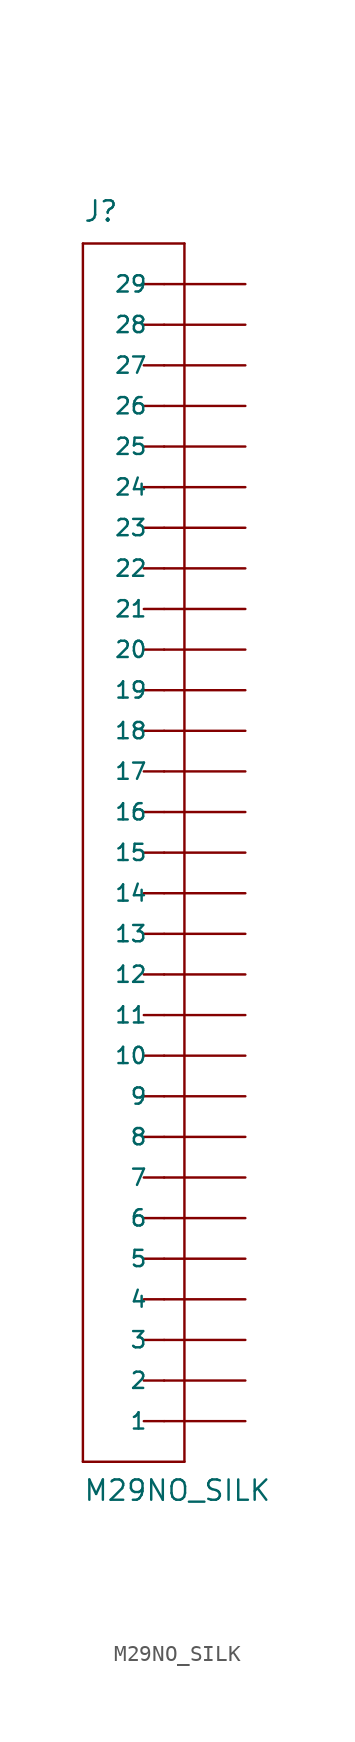
<source format=kicad_sym>
(kicad_symbol_lib
  (version 20211014)
  (generator kicad_symbol_editor)
  (symbol "M29NO_SILK"
    (pin_numbers hide)
    (pin_names
      (offset 1.016))
    (property "Reference" "J"
      (at -2.54 39.37 0)
      (effects (font (size 1.27 1.27)) (justify left bottom)))
    (property "Value" "M29NO_SILK"
      (at -2.54 -40.64 0)
      (effects (font (size 1.27 1.27)) (justify left bottom)))
    (property "Datasheet" ""
      (at 0 0 0)
      (effects (font (size 1.524 1.524))))
    (property "ki_locked" ""
      (at 0 0 0)
      (effects (font (size 1.27 1.27))))
    (symbol "M29NO_SILK_1_0"
      (polyline (pts (xy -2.54 38.1) (xy -2.54 -38.1)) (stroke (width 0) (type default) (color 0 0 0 0)) (fill (type none)))
      (polyline (pts (xy -2.54 38.1) (xy 3.81 38.1)) (stroke (width 0) (type default) (color 0 0 0 0)) (fill (type none)))
      (polyline (pts (xy 1.27 -35.56) (xy 2.54 -35.56)) (stroke (width 0) (type default) (color 0 0 0 0)) (fill (type none)))
      (polyline (pts (xy 1.27 -33.02) (xy 2.54 -33.02)) (stroke (width 0) (type default) (color 0 0 0 0)) (fill (type none)))
      (polyline (pts (xy 1.27 -30.48) (xy 2.54 -30.48)) (stroke (width 0) (type default) (color 0 0 0 0)) (fill (type none)))
      (polyline (pts (xy 1.27 -27.94) (xy 2.54 -27.94)) (stroke (width 0) (type default) (color 0 0 0 0)) (fill (type none)))
      (polyline (pts (xy 1.27 -25.4) (xy 2.54 -25.4)) (stroke (width 0) (type default) (color 0 0 0 0)) (fill (type none)))
      (polyline (pts (xy 1.27 -22.86) (xy 2.54 -22.86)) (stroke (width 0) (type default) (color 0 0 0 0)) (fill (type none)))
      (polyline (pts (xy 1.27 -20.32) (xy 2.54 -20.32)) (stroke (width 0) (type default) (color 0 0 0 0)) (fill (type none)))
      (polyline (pts (xy 1.27 -17.78) (xy 2.54 -17.78)) (stroke (width 0) (type default) (color 0 0 0 0)) (fill (type none)))
      (polyline (pts (xy 1.27 -15.24) (xy 2.54 -15.24)) (stroke (width 0) (type default) (color 0 0 0 0)) (fill (type none)))
      (polyline (pts (xy 1.27 -12.7) (xy 2.54 -12.7)) (stroke (width 0) (type default) (color 0 0 0 0)) (fill (type none)))
      (polyline (pts (xy 1.27 -10.16) (xy 2.54 -10.16)) (stroke (width 0) (type default) (color 0 0 0 0)) (fill (type none)))
      (polyline (pts (xy 1.27 -7.62) (xy 2.54 -7.62)) (stroke (width 0) (type default) (color 0 0 0 0)) (fill (type none)))
      (polyline (pts (xy 1.27 -5.08) (xy 2.54 -5.08)) (stroke (width 0) (type default) (color 0 0 0 0)) (fill (type none)))
      (polyline (pts (xy 1.27 -2.54) (xy 2.54 -2.54)) (stroke (width 0) (type default) (color 0 0 0 0)) (fill (type none)))
      (polyline (pts (xy 1.27 0) (xy 2.54 0)) (stroke (width 0) (type default) (color 0 0 0 0)) (fill (type none)))
      (polyline (pts (xy 1.27 2.54) (xy 2.54 2.54)) (stroke (width 0) (type default) (color 0 0 0 0)) (fill (type none)))
      (polyline (pts (xy 1.27 5.08) (xy 2.54 5.08)) (stroke (width 0) (type default) (color 0 0 0 0)) (fill (type none)))
      (polyline (pts (xy 1.27 7.62) (xy 2.54 7.62)) (stroke (width 0) (type default) (color 0 0 0 0)) (fill (type none)))
      (polyline (pts (xy 1.27 10.16) (xy 2.54 10.16)) (stroke (width 0) (type default) (color 0 0 0 0)) (fill (type none)))
      (polyline (pts (xy 1.27 12.7) (xy 2.54 12.7)) (stroke (width 0) (type default) (color 0 0 0 0)) (fill (type none)))
      (polyline (pts (xy 1.27 15.24) (xy 2.54 15.24)) (stroke (width 0) (type default) (color 0 0 0 0)) (fill (type none)))
      (polyline (pts (xy 1.27 17.78) (xy 2.54 17.78)) (stroke (width 0) (type default) (color 0 0 0 0)) (fill (type none)))
      (polyline (pts (xy 1.27 20.32) (xy 2.54 20.32)) (stroke (width 0) (type default) (color 0 0 0 0)) (fill (type none)))
      (polyline (pts (xy 1.27 22.86) (xy 2.54 22.86)) (stroke (width 0) (type default) (color 0 0 0 0)) (fill (type none)))
      (polyline (pts (xy 1.27 25.4) (xy 2.54 25.4)) (stroke (width 0) (type default) (color 0 0 0 0)) (fill (type none)))
      (polyline (pts (xy 1.27 27.94) (xy 2.54 27.94)) (stroke (width 0) (type default) (color 0 0 0 0)) (fill (type none)))
      (polyline (pts (xy 1.27 30.48) (xy 2.54 30.48)) (stroke (width 0) (type default) (color 0 0 0 0)) (fill (type none)))
      (polyline (pts (xy 1.27 33.02) (xy 2.54 33.02)) (stroke (width 0) (type default) (color 0 0 0 0)) (fill (type none)))
      (polyline (pts (xy 1.27 35.56) (xy 2.54 35.56)) (stroke (width 0) (type default) (color 0 0 0 0)) (fill (type none)))
      (polyline (pts (xy 3.81 -38.1) (xy -2.54 -38.1)) (stroke (width 0) (type default) (color 0 0 0 0)) (fill (type none)))
      (polyline (pts (xy 3.81 -38.1) (xy 3.81 38.1)) (stroke (width 0) (type default) (color 0 0 0 0)) (fill (type none))))
    (symbol "M29NO_SILK_1_1"
      (pin passive line (at 7.62 -35.56 180) (length 5.08) (name "1" (effects (font (size 1.016 1.016)))) (number "1" (effects (font (size 1.016 1.016)))))
      (pin passive line (at 7.62 -12.7 180) (length 5.08) (name "10" (effects (font (size 1.016 1.016)))) (number "10" (effects (font (size 1.016 1.016)))))
      (pin passive line (at 7.62 -10.16 180) (length 5.08) (name "11" (effects (font (size 1.016 1.016)))) (number "11" (effects (font (size 1.016 1.016)))))
      (pin passive line (at 7.62 -7.62 180) (length 5.08) (name "12" (effects (font (size 1.016 1.016)))) (number "12" (effects (font (size 1.016 1.016)))))
      (pin passive line (at 7.62 -5.08 180) (length 5.08) (name "13" (effects (font (size 1.016 1.016)))) (number "13" (effects (font (size 1.016 1.016)))))
      (pin passive line (at 7.62 -2.54 180) (length 5.08) (name "14" (effects (font (size 1.016 1.016)))) (number "14" (effects (font (size 1.016 1.016)))))
      (pin passive line (at 7.62 0 180) (length 5.08) (name "15" (effects (font (size 1.016 1.016)))) (number "15" (effects (font (size 1.016 1.016)))))
      (pin passive line (at 7.62 2.54 180) (length 5.08) (name "16" (effects (font (size 1.016 1.016)))) (number "16" (effects (font (size 1.016 1.016)))))
      (pin passive line (at 7.62 5.08 180) (length 5.08) (name "17" (effects (font (size 1.016 1.016)))) (number "17" (effects (font (size 1.016 1.016)))))
      (pin passive line (at 7.62 7.62 180) (length 5.08) (name "18" (effects (font (size 1.016 1.016)))) (number "18" (effects (font (size 1.016 1.016)))))
      (pin passive line (at 7.62 10.16 180) (length 5.08) (name "19" (effects (font (size 1.016 1.016)))) (number "19" (effects (font (size 1.016 1.016)))))
      (pin passive line (at 7.62 -33.02 180) (length 5.08) (name "2" (effects (font (size 1.016 1.016)))) (number "2" (effects (font (size 1.016 1.016)))))
      (pin passive line (at 7.62 12.7 180) (length 5.08) (name "20" (effects (font (size 1.016 1.016)))) (number "20" (effects (font (size 1.016 1.016)))))
      (pin passive line (at 7.62 15.24 180) (length 5.08) (name "21" (effects (font (size 1.016 1.016)))) (number "21" (effects (font (size 1.016 1.016)))))
      (pin passive line (at 7.62 17.78 180) (length 5.08) (name "22" (effects (font (size 1.016 1.016)))) (number "22" (effects (font (size 1.016 1.016)))))
      (pin passive line (at 7.62 20.32 180) (length 5.08) (name "23" (effects (font (size 1.016 1.016)))) (number "23" (effects (font (size 1.016 1.016)))))
      (pin passive line (at 7.62 22.86 180) (length 5.08) (name "24" (effects (font (size 1.016 1.016)))) (number "24" (effects (font (size 1.016 1.016)))))
      (pin passive line (at 7.62 25.4 180) (length 5.08) (name "25" (effects (font (size 1.016 1.016)))) (number "25" (effects (font (size 1.016 1.016)))))
      (pin passive line (at 7.62 27.94 180) (length 5.08) (name "26" (effects (font (size 1.016 1.016)))) (number "26" (effects (font (size 1.016 1.016)))))
      (pin passive line (at 7.62 30.48 180) (length 5.08) (name "27" (effects (font (size 1.016 1.016)))) (number "27" (effects (font (size 1.016 1.016)))))
      (pin passive line (at 7.62 33.02 180) (length 5.08) (name "28" (effects (font (size 1.016 1.016)))) (number "28" (effects (font (size 1.016 1.016)))))
      (pin passive line (at 7.62 35.56 180) (length 5.08) (name "29" (effects (font (size 1.016 1.016)))) (number "29" (effects (font (size 1.016 1.016)))))
      (pin passive line (at 7.62 -30.48 180) (length 5.08) (name "3" (effects (font (size 1.016 1.016)))) (number "3" (effects (font (size 1.016 1.016)))))
      (pin passive line (at 7.62 -27.94 180) (length 5.08) (name "4" (effects (font (size 1.016 1.016)))) (number "4" (effects (font (size 1.016 1.016)))))
      (pin passive line (at 7.62 -25.4 180) (length 5.08) (name "5" (effects (font (size 1.016 1.016)))) (number "5" (effects (font (size 1.016 1.016)))))
      (pin passive line (at 7.62 -22.86 180) (length 5.08) (name "6" (effects (font (size 1.016 1.016)))) (number "6" (effects (font (size 1.016 1.016)))))
      (pin passive line (at 7.62 -20.32 180) (length 5.08) (name "7" (effects (font (size 1.016 1.016)))) (number "7" (effects (font (size 1.016 1.016)))))
      (pin passive line (at 7.62 -17.78 180) (length 5.08) (name "8" (effects (font (size 1.016 1.016)))) (number "8" (effects (font (size 1.016 1.016)))))
      (pin passive line (at 7.62 -15.24 180) (length 5.08) (name "9" (effects (font (size 1.016 1.016)))) (number "9" (effects (font (size 1.016 1.016))))))))
</source>
